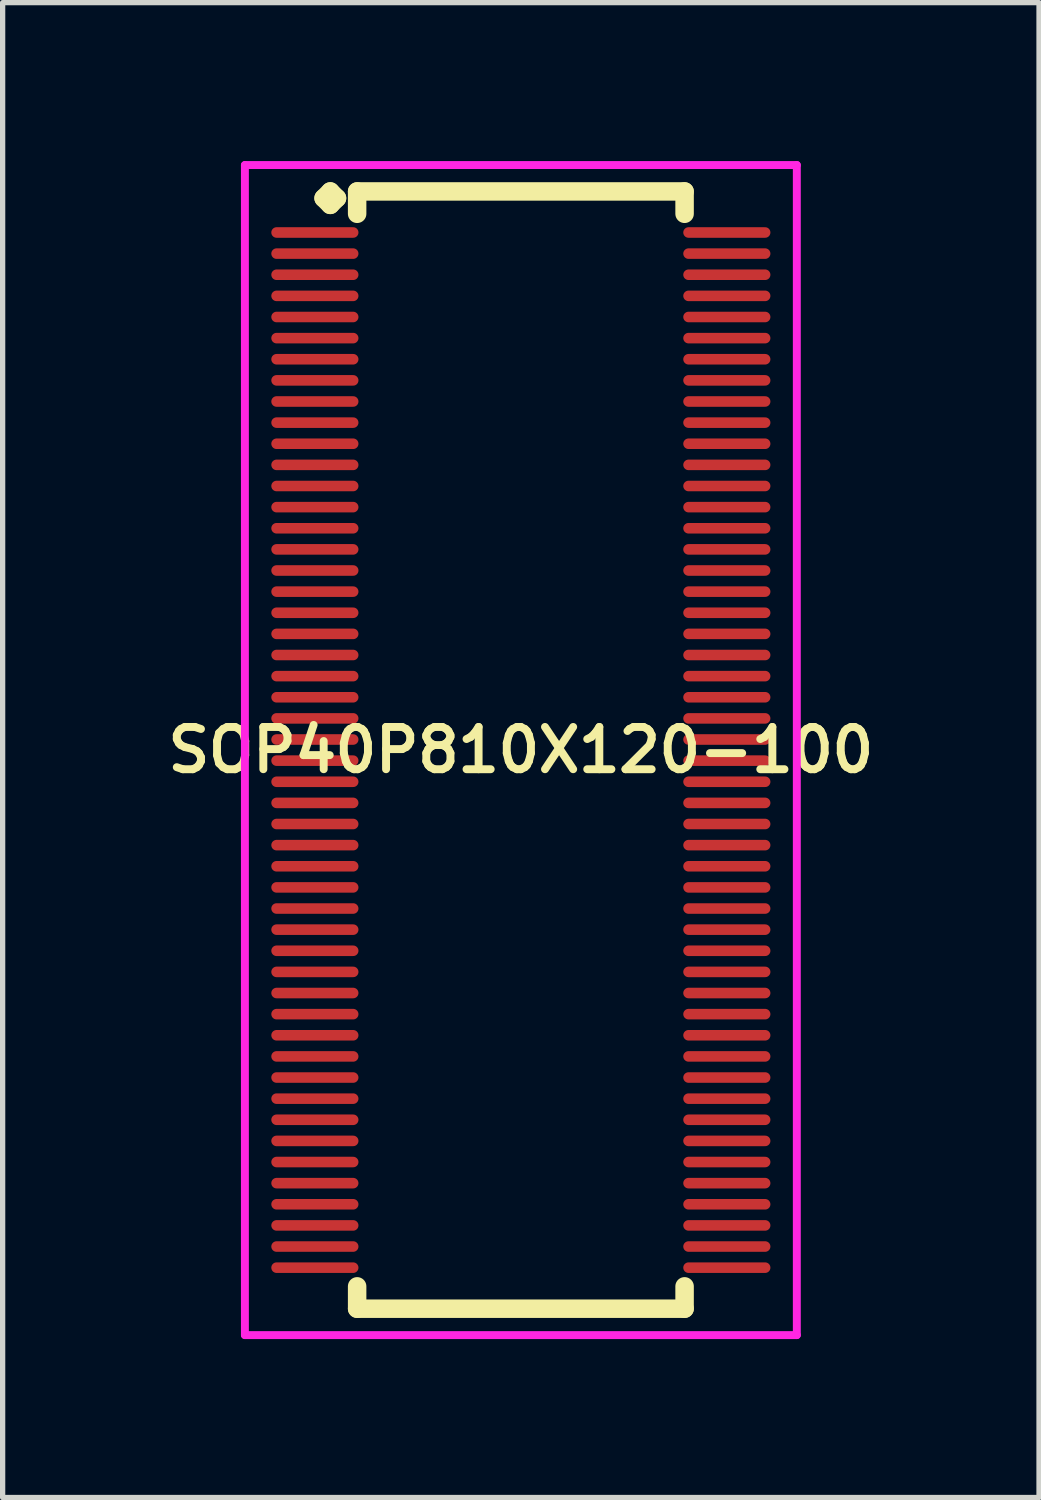
<source format=kicad_pcb>
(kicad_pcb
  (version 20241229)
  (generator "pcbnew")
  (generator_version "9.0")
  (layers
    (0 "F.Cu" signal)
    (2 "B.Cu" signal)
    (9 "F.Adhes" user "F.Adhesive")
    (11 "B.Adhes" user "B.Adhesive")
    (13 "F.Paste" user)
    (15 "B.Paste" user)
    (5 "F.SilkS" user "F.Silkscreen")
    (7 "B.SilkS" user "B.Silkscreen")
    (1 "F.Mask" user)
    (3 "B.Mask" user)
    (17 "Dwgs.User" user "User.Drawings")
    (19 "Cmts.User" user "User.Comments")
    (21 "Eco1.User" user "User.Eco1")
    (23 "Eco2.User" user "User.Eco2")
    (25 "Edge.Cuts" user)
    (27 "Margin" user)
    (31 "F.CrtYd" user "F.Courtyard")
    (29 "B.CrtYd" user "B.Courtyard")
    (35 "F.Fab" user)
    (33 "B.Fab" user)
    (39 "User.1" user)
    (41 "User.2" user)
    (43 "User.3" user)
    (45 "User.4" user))
  (footprint "SOP40P810X120-100"
    (layer "F.Cu")
    (at 6.812 11.152)
    (property "Reference" "SOP40P810X120-100" (at 0 0 0) (layer "F.SilkS") (effects (font (size 0.8 0.8) (thickness 0.15))))
    (attr smd)
    (fp_line (start -3.735 -10.45) (end -3.608 -10.577) (stroke (width 0.35) (type solid)) (layer "F.SilkS"))
    (fp_line (start -3.608 -10.577) (end -3.481 -10.45) (stroke (width 0.35) (type solid)) (layer "F.SilkS"))
    (fp_line (start -3.608 -10.323) (end -3.735 -10.45) (stroke (width 0.35) (type solid)) (layer "F.SilkS"))
    (fp_line (start -3.481 -10.45) (end -3.608 -10.323) (stroke (width 0.35) (type solid)) (layer "F.SilkS"))
    (fp_line (start -3.1 -10.577) (end 3.1 -10.577) (stroke (width 0.35) (type solid)) (layer "F.SilkS"))
    (fp_line (start -3.1 -10.154) (end -3.1 -10.577) (stroke (width 0.35) (type solid)) (layer "F.SilkS"))
    (fp_line (start -3.1 10.154) (end -3.1 10.577) (stroke (width 0.35) (type solid)) (layer "F.SilkS"))
    (fp_line (start -3.1 10.577) (end 3.1 10.577) (stroke (width 0.35) (type solid)) (layer "F.SilkS"))
    (fp_line (start 3.1 -10.577) (end 3.1 -10.154) (stroke (width 0.35) (type solid)) (layer "F.SilkS"))
    (fp_line (start 3.1 10.577) (end 3.1 10.154) (stroke (width 0.35) (type solid)) (layer "F.SilkS"))
    (fp_line (start -5.225 -11.077) (end 5.225 -11.077) (stroke (width 0.15) (type solid)) (layer "F.CrtYd"))
    (fp_line (start -5.225 11.077) (end -5.225 -11.077) (stroke (width 0.15) (type solid)) (layer "F.CrtYd"))
    (fp_line (start 5.225 -11.077) (end 5.225 11.077) (stroke (width 0.15) (type solid)) (layer "F.CrtYd"))
    (fp_line (start 5.225 11.077) (end -5.225 11.077) (stroke (width 0.15) (type solid)) (layer "F.CrtYd"))
    (pad "1" smd oval (at -3.9 -9.8) (size 1.65 0.2) (layers "F.Cu" "F.Mask" "F.Paste"))
    (pad "2" smd oval (at -3.9 -9.4) (size 1.65 0.2) (layers "F.Cu" "F.Mask" "F.Paste"))
    (pad "3" smd oval (at -3.9 -9) (size 1.65 0.2) (layers "F.Cu" "F.Mask" "F.Paste"))
    (pad "4" smd oval (at -3.9 -8.6) (size 1.65 0.2) (layers "F.Cu" "F.Mask" "F.Paste"))
    (pad "5" smd oval (at -3.9 -8.2) (size 1.65 0.2) (layers "F.Cu" "F.Mask" "F.Paste"))
    (pad "6" smd oval (at -3.9 -7.8) (size 1.65 0.2) (layers "F.Cu" "F.Mask" "F.Paste"))
    (pad "7" smd oval (at -3.9 -7.4) (size 1.65 0.2) (layers "F.Cu" "F.Mask" "F.Paste"))
    (pad "8" smd oval (at -3.9 -7) (size 1.65 0.2) (layers "F.Cu" "F.Mask" "F.Paste"))
    (pad "9" smd oval (at -3.9 -6.6) (size 1.65 0.2) (layers "F.Cu" "F.Mask" "F.Paste"))
    (pad "10" smd oval (at -3.9 -6.2) (size 1.65 0.2) (layers "F.Cu" "F.Mask" "F.Paste"))
    (pad "11" smd oval (at -3.9 -5.8) (size 1.65 0.2) (layers "F.Cu" "F.Mask" "F.Paste"))
    (pad "12" smd oval (at -3.9 -5.4) (size 1.65 0.2) (layers "F.Cu" "F.Mask" "F.Paste"))
    (pad "13" smd oval (at -3.9 -5) (size 1.65 0.2) (layers "F.Cu" "F.Mask" "F.Paste"))
    (pad "14" smd oval (at -3.9 -4.6) (size 1.65 0.2) (layers "F.Cu" "F.Mask" "F.Paste"))
    (pad "15" smd oval (at -3.9 -4.2) (size 1.65 0.2) (layers "F.Cu" "F.Mask" "F.Paste"))
    (pad "16" smd oval (at -3.9 -3.8) (size 1.65 0.2) (layers "F.Cu" "F.Mask" "F.Paste"))
    (pad "17" smd oval (at -3.9 -3.4) (size 1.65 0.2) (layers "F.Cu" "F.Mask" "F.Paste"))
    (pad "18" smd oval (at -3.9 -3) (size 1.65 0.2) (layers "F.Cu" "F.Mask" "F.Paste"))
    (pad "19" smd oval (at -3.9 -2.6) (size 1.65 0.2) (layers "F.Cu" "F.Mask" "F.Paste"))
    (pad "20" smd oval (at -3.9 -2.2) (size 1.65 0.2) (layers "F.Cu" "F.Mask" "F.Paste"))
    (pad "21" smd oval (at -3.9 -1.8) (size 1.65 0.2) (layers "F.Cu" "F.Mask" "F.Paste"))
    (pad "22" smd oval (at -3.9 -1.4) (size 1.65 0.2) (layers "F.Cu" "F.Mask" "F.Paste"))
    (pad "23" smd oval (at -3.9 -1) (size 1.65 0.2) (layers "F.Cu" "F.Mask" "F.Paste"))
    (pad "24" smd oval (at -3.9 -0.6) (size 1.65 0.2) (layers "F.Cu" "F.Mask" "F.Paste"))
    (pad "25" smd oval (at -3.9 -0.2) (size 1.65 0.2) (layers "F.Cu" "F.Mask" "F.Paste"))
    (pad "26" smd oval (at -3.9 0.2) (size 1.65 0.2) (layers "F.Cu" "F.Mask" "F.Paste"))
    (pad "27" smd oval (at -3.9 0.6) (size 1.65 0.2) (layers "F.Cu" "F.Mask" "F.Paste"))
    (pad "28" smd oval (at -3.9 1) (size 1.65 0.2) (layers "F.Cu" "F.Mask" "F.Paste"))
    (pad "29" smd oval (at -3.9 1.4) (size 1.65 0.2) (layers "F.Cu" "F.Mask" "F.Paste"))
    (pad "30" smd oval (at -3.9 1.8) (size 1.65 0.2) (layers "F.Cu" "F.Mask" "F.Paste"))
    (pad "31" smd oval (at -3.9 2.2) (size 1.65 0.2) (layers "F.Cu" "F.Mask" "F.Paste"))
    (pad "32" smd oval (at -3.9 2.6) (size 1.65 0.2) (layers "F.Cu" "F.Mask" "F.Paste"))
    (pad "33" smd oval (at -3.9 3) (size 1.65 0.2) (layers "F.Cu" "F.Mask" "F.Paste"))
    (pad "34" smd oval (at -3.9 3.4) (size 1.65 0.2) (layers "F.Cu" "F.Mask" "F.Paste"))
    (pad "35" smd oval (at -3.9 3.8) (size 1.65 0.2) (layers "F.Cu" "F.Mask" "F.Paste"))
    (pad "36" smd oval (at -3.9 4.2) (size 1.65 0.2) (layers "F.Cu" "F.Mask" "F.Paste"))
    (pad "37" smd oval (at -3.9 4.6) (size 1.65 0.2) (layers "F.Cu" "F.Mask" "F.Paste"))
    (pad "38" smd oval (at -3.9 5) (size 1.65 0.2) (layers "F.Cu" "F.Mask" "F.Paste"))
    (pad "39" smd oval (at -3.9 5.4) (size 1.65 0.2) (layers "F.Cu" "F.Mask" "F.Paste"))
    (pad "40" smd oval (at -3.9 5.8) (size 1.65 0.2) (layers "F.Cu" "F.Mask" "F.Paste"))
    (pad "41" smd oval (at -3.9 6.2) (size 1.65 0.2) (layers "F.Cu" "F.Mask" "F.Paste"))
    (pad "42" smd oval (at -3.9 6.6) (size 1.65 0.2) (layers "F.Cu" "F.Mask" "F.Paste"))
    (pad "43" smd oval (at -3.9 7) (size 1.65 0.2) (layers "F.Cu" "F.Mask" "F.Paste"))
    (pad "44" smd oval (at -3.9 7.4) (size 1.65 0.2) (layers "F.Cu" "F.Mask" "F.Paste"))
    (pad "45" smd oval (at -3.9 7.8) (size 1.65 0.2) (layers "F.Cu" "F.Mask" "F.Paste"))
    (pad "46" smd oval (at -3.9 8.2) (size 1.65 0.2) (layers "F.Cu" "F.Mask" "F.Paste"))
    (pad "47" smd oval (at -3.9 8.6) (size 1.65 0.2) (layers "F.Cu" "F.Mask" "F.Paste"))
    (pad "48" smd oval (at -3.9 9) (size 1.65 0.2) (layers "F.Cu" "F.Mask" "F.Paste"))
    (pad "49" smd oval (at -3.9 9.4) (size 1.65 0.2) (layers "F.Cu" "F.Mask" "F.Paste"))
    (pad "50" smd oval (at -3.9 9.8) (size 1.65 0.2) (layers "F.Cu" "F.Mask" "F.Paste"))
    (pad "51" smd oval (at 3.9 9.8) (size 1.65 0.2) (layers "F.Cu" "F.Mask" "F.Paste"))
    (pad "52" smd oval (at 3.9 9.4) (size 1.65 0.2) (layers "F.Cu" "F.Mask" "F.Paste"))
    (pad "53" smd oval (at 3.9 9) (size 1.65 0.2) (layers "F.Cu" "F.Mask" "F.Paste"))
    (pad "54" smd oval (at 3.9 8.6) (size 1.65 0.2) (layers "F.Cu" "F.Mask" "F.Paste"))
    (pad "55" smd oval (at 3.9 8.2) (size 1.65 0.2) (layers "F.Cu" "F.Mask" "F.Paste"))
    (pad "56" smd oval (at 3.9 7.8) (size 1.65 0.2) (layers "F.Cu" "F.Mask" "F.Paste"))
    (pad "57" smd oval (at 3.9 7.4) (size 1.65 0.2) (layers "F.Cu" "F.Mask" "F.Paste"))
    (pad "58" smd oval (at 3.9 7) (size 1.65 0.2) (layers "F.Cu" "F.Mask" "F.Paste"))
    (pad "59" smd oval (at 3.9 6.6) (size 1.65 0.2) (layers "F.Cu" "F.Mask" "F.Paste"))
    (pad "60" smd oval (at 3.9 6.2) (size 1.65 0.2) (layers "F.Cu" "F.Mask" "F.Paste"))
    (pad "61" smd oval (at 3.9 5.8) (size 1.65 0.2) (layers "F.Cu" "F.Mask" "F.Paste"))
    (pad "62" smd oval (at 3.9 5.4) (size 1.65 0.2) (layers "F.Cu" "F.Mask" "F.Paste"))
    (pad "63" smd oval (at 3.9 5) (size 1.65 0.2) (layers "F.Cu" "F.Mask" "F.Paste"))
    (pad "64" smd oval (at 3.9 4.6) (size 1.65 0.2) (layers "F.Cu" "F.Mask" "F.Paste"))
    (pad "65" smd oval (at 3.9 4.2) (size 1.65 0.2) (layers "F.Cu" "F.Mask" "F.Paste"))
    (pad "66" smd oval (at 3.9 3.8) (size 1.65 0.2) (layers "F.Cu" "F.Mask" "F.Paste"))
    (pad "67" smd oval (at 3.9 3.4) (size 1.65 0.2) (layers "F.Cu" "F.Mask" "F.Paste"))
    (pad "68" smd oval (at 3.9 3) (size 1.65 0.2) (layers "F.Cu" "F.Mask" "F.Paste"))
    (pad "69" smd oval (at 3.9 2.6) (size 1.65 0.2) (layers "F.Cu" "F.Mask" "F.Paste"))
    (pad "70" smd oval (at 3.9 2.2) (size 1.65 0.2) (layers "F.Cu" "F.Mask" "F.Paste"))
    (pad "71" smd oval (at 3.9 1.8) (size 1.65 0.2) (layers "F.Cu" "F.Mask" "F.Paste"))
    (pad "72" smd oval (at 3.9 1.4) (size 1.65 0.2) (layers "F.Cu" "F.Mask" "F.Paste"))
    (pad "73" smd oval (at 3.9 1) (size 1.65 0.2) (layers "F.Cu" "F.Mask" "F.Paste"))
    (pad "74" smd oval (at 3.9 0.6) (size 1.65 0.2) (layers "F.Cu" "F.Mask" "F.Paste"))
    (pad "75" smd oval (at 3.9 0.2) (size 1.65 0.2) (layers "F.Cu" "F.Mask" "F.Paste"))
    (pad "76" smd oval (at 3.9 -0.2) (size 1.65 0.2) (layers "F.Cu" "F.Mask" "F.Paste"))
    (pad "77" smd oval (at 3.9 -0.6) (size 1.65 0.2) (layers "F.Cu" "F.Mask" "F.Paste"))
    (pad "78" smd oval (at 3.9 -1) (size 1.65 0.2) (layers "F.Cu" "F.Mask" "F.Paste"))
    (pad "79" smd oval (at 3.9 -1.4) (size 1.65 0.2) (layers "F.Cu" "F.Mask" "F.Paste"))
    (pad "80" smd oval (at 3.9 -1.8) (size 1.65 0.2) (layers "F.Cu" "F.Mask" "F.Paste"))
    (pad "81" smd oval (at 3.9 -2.2) (size 1.65 0.2) (layers "F.Cu" "F.Mask" "F.Paste"))
    (pad "82" smd oval (at 3.9 -2.6) (size 1.65 0.2) (layers "F.Cu" "F.Mask" "F.Paste"))
    (pad "83" smd oval (at 3.9 -3) (size 1.65 0.2) (layers "F.Cu" "F.Mask" "F.Paste"))
    (pad "84" smd oval (at 3.9 -3.4) (size 1.65 0.2) (layers "F.Cu" "F.Mask" "F.Paste"))
    (pad "85" smd oval (at 3.9 -3.8) (size 1.65 0.2) (layers "F.Cu" "F.Mask" "F.Paste"))
    (pad "86" smd oval (at 3.9 -4.2) (size 1.65 0.2) (layers "F.Cu" "F.Mask" "F.Paste"))
    (pad "87" smd oval (at 3.9 -4.6) (size 1.65 0.2) (layers "F.Cu" "F.Mask" "F.Paste"))
    (pad "88" smd oval (at 3.9 -5) (size 1.65 0.2) (layers "F.Cu" "F.Mask" "F.Paste"))
    (pad "89" smd oval (at 3.9 -5.4) (size 1.65 0.2) (layers "F.Cu" "F.Mask" "F.Paste"))
    (pad "90" smd oval (at 3.9 -5.8) (size 1.65 0.2) (layers "F.Cu" "F.Mask" "F.Paste"))
    (pad "91" smd oval (at 3.9 -6.2) (size 1.65 0.2) (layers "F.Cu" "F.Mask" "F.Paste"))
    (pad "92" smd oval (at 3.9 -6.6) (size 1.65 0.2) (layers "F.Cu" "F.Mask" "F.Paste"))
    (pad "93" smd oval (at 3.9 -7) (size 1.65 0.2) (layers "F.Cu" "F.Mask" "F.Paste"))
    (pad "94" smd oval (at 3.9 -7.4) (size 1.65 0.2) (layers "F.Cu" "F.Mask" "F.Paste"))
    (pad "95" smd oval (at 3.9 -7.8) (size 1.65 0.2) (layers "F.Cu" "F.Mask" "F.Paste"))
    (pad "96" smd oval (at 3.9 -8.2) (size 1.65 0.2) (layers "F.Cu" "F.Mask" "F.Paste"))
    (pad "97" smd oval (at 3.9 -8.6) (size 1.65 0.2) (layers "F.Cu" "F.Mask" "F.Paste"))
    (pad "98" smd oval (at 3.9 -9) (size 1.65 0.2) (layers "F.Cu" "F.Mask" "F.Paste"))
    (pad "99" smd oval (at 3.9 -9.4) (size 1.65 0.2) (layers "F.Cu" "F.Mask" "F.Paste"))
    (pad "100" smd oval (at 3.9 -9.8) (size 1.65 0.2) (layers "F.Cu" "F.Mask" "F.Paste")))
  (gr_rect
    (start -3 -3)
    (end 16.623 25.304)
    (stroke (width 0.1) (type default))
    (fill no)
    (layer "Edge.Cuts")))
</source>
